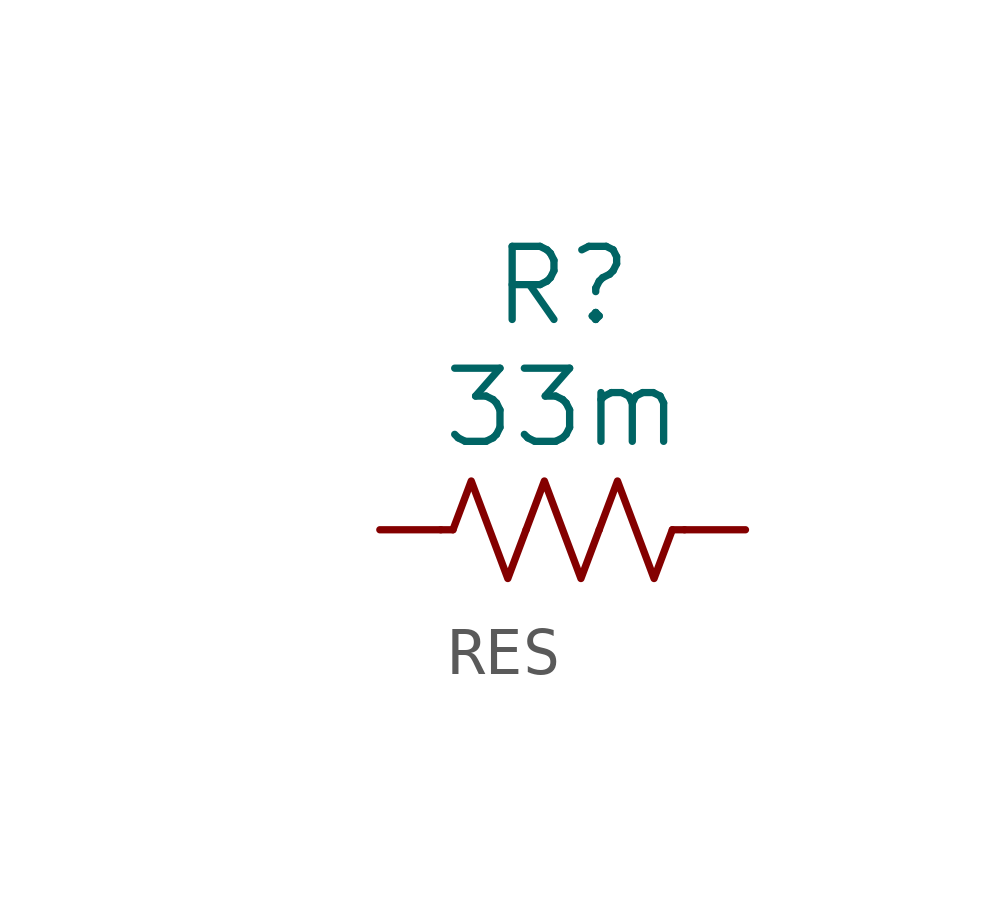
<source format=kicad_sym>
(kicad_symbol_lib
  (version 20220914)
  (generator kicad_symbol_editor)
  (symbol "RES"
    (pin_numbers hide)
    (pin_names
      (offset -2.54) hide)
    (property "Reference" "R"
      (at 6.35 5.08 0)
      (effects (font (size 1.524 1.524))))
    (property "Value" "33m"
      (at 6.35 2.54 0)
      (effects (font (size 1.524 1.524))))
    (property "Datasheet" ""
      (at 0 0 0)
      (effects (font (size 1.524 1.524))))
    (symbol "RES_0_1"
      (polyline (pts (xy 4.064 0) (xy 3.81 0)) (stroke (width 0) (type default)) (fill (type none)))
      (polyline (pts (xy 8.636 0) (xy 8.89 0)) (stroke (width 0) (type default)) (fill (type none)))
      (polyline (pts (xy 4.064 0) (xy 4.445 1.016) (xy 4.826 0) (xy 5.207 -1.016) (xy 5.588 0)) (stroke (width 0) (type default)) (fill (type none)))
      (polyline (pts (xy 5.588 0) (xy 5.969 1.016) (xy 6.35 0) (xy 6.731 -1.016) (xy 7.112 0)) (stroke (width 0) (type default)) (fill (type none)))
      (polyline (pts (xy 7.112 0) (xy 7.493 1.016) (xy 7.874 0) (xy 8.255 -1.016) (xy 8.636 0)) (stroke (width 0) (type default)) (fill (type none))))
    (symbol "RES_1_1"
      (pin passive line (at 2.54 0 0) (length 1.27) (name "" (effects (font (size 1.27 1.27)))) (number "1" (effects (font (size 1.27 1.27)))))
      (pin passive line (at 10.16 0 180) (length 1.27) (name "" (effects (font (size 1.27 1.27)))) (number "2" (effects (font (size 1.27 1.27))))))))
</source>
